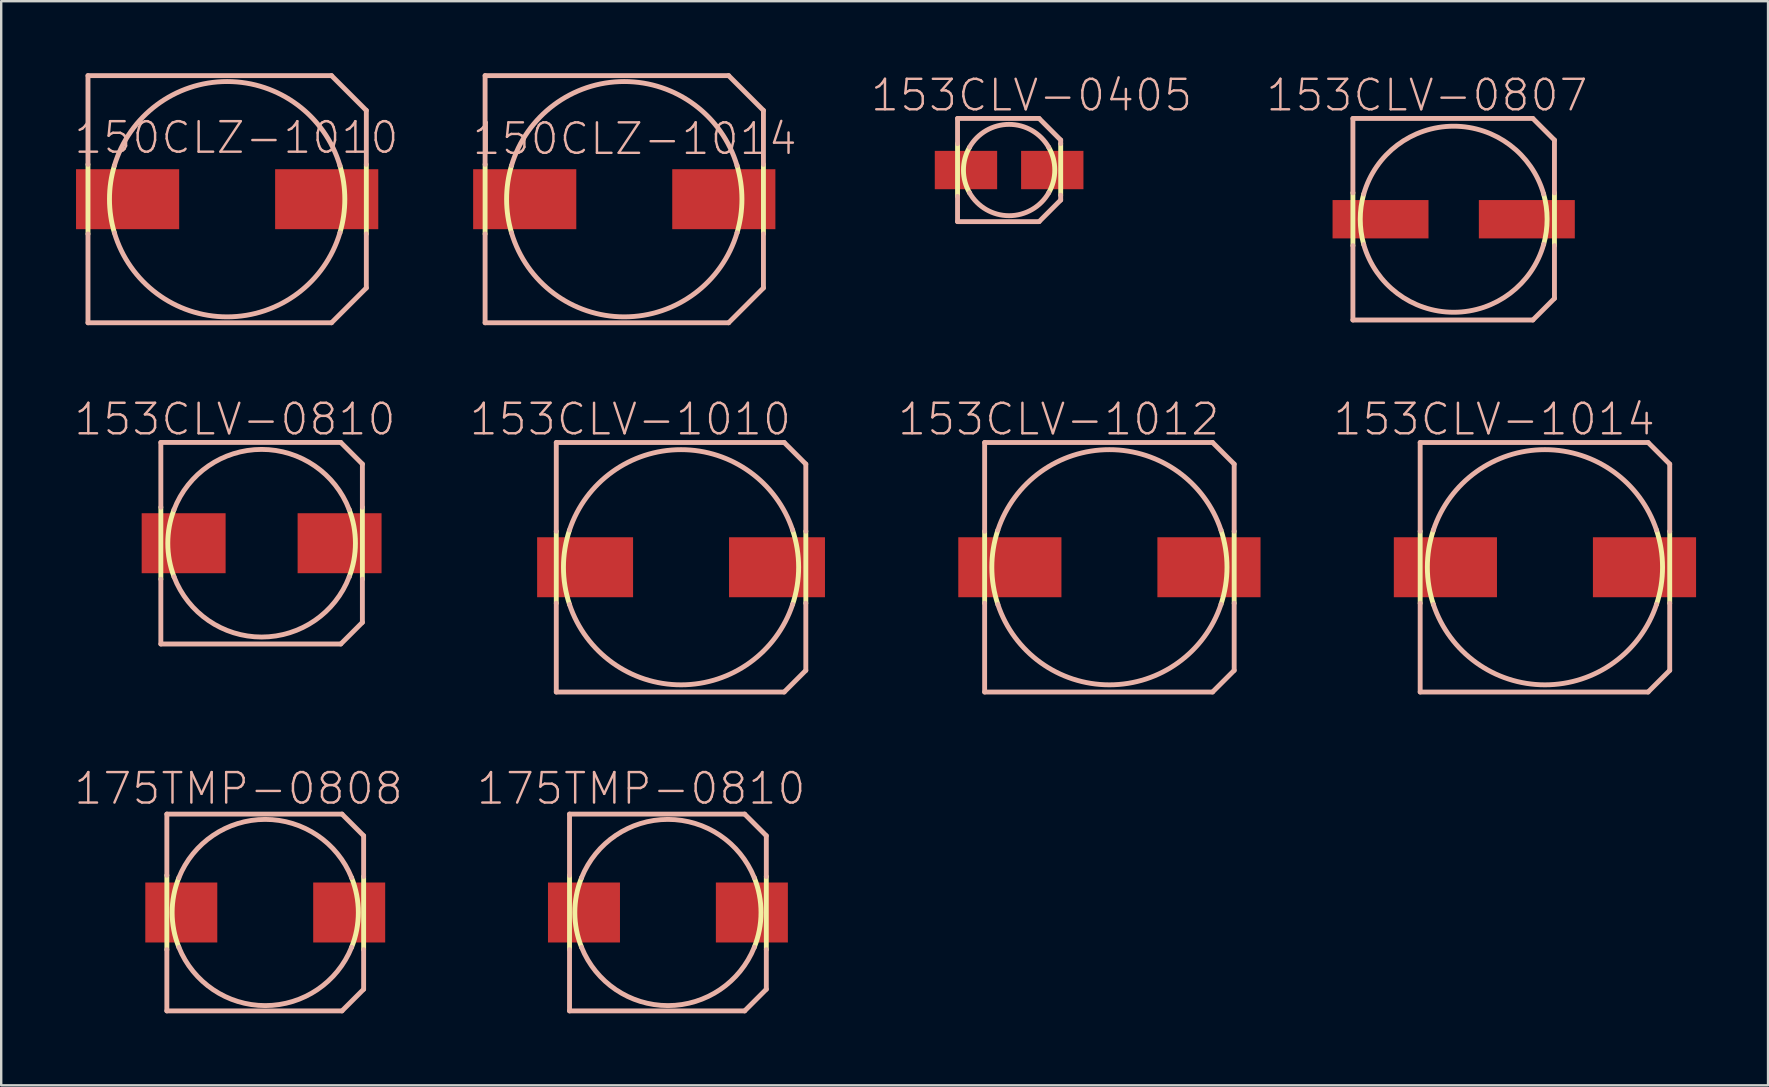
<source format=kicad_pcb>
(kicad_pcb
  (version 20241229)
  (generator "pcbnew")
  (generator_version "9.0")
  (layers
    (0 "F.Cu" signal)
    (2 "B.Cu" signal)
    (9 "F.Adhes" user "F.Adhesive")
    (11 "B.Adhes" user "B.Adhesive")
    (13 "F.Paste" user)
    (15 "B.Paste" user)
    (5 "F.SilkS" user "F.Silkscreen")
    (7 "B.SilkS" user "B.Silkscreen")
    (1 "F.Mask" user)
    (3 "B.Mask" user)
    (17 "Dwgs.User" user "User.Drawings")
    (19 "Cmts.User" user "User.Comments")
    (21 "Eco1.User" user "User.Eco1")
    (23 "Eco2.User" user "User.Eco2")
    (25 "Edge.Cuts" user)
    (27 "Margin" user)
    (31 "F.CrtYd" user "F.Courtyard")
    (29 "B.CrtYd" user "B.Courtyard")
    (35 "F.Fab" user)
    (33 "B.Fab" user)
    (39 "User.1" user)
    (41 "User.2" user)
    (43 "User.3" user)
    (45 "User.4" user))
  (footprint "153CLV-0807"
    (layer "F.Cu")
    (at 57.522 6.085)
    (property "Reference" "153CLV-0807" (at -1.113 -5.164 0) (layer "B.SilkS") (effects (font (size 1.27 1.27) (thickness 0.102))))
    (attr smd)
    (fp_line (start -4.199 1.1) (end -4.199 -1.1) (stroke (width 0.203) (type solid)) (layer "F.SilkS"))
    (fp_line (start 4.199 -1.1) (end 4.199 1.1) (stroke (width 0.203) (type solid)) (layer "F.SilkS"))
    (fp_arc (start -3.74904 1.04902) (mid -3.893037 0.002186) (end -3.750216 -1.04481) (stroke (width 0.2032) (type solid)) (layer "F.SilkS"))
    (fp_arc (start 3.74904 -1.04902) (mid 3.893037 -0.002186) (end 3.750216 1.04481) (stroke (width 0.2032) (type solid)) (layer "F.SilkS"))
    (fp_line (start -4.199 -4.199) (end 3.299 -4.199) (stroke (width 0.203) (type solid)) (layer "B.SilkS"))
    (fp_line (start -4.199 -1.1) (end -4.199 -4.199) (stroke (width 0.203) (type solid)) (layer "B.SilkS"))
    (fp_line (start -4.199 4.199) (end -4.199 1.1) (stroke (width 0.203) (type solid)) (layer "B.SilkS"))
    (fp_line (start 3.299 -4.199) (end 4.199 -3.299) (stroke (width 0.203) (type solid)) (layer "B.SilkS"))
    (fp_line (start 3.299 4.199) (end -4.199 4.199) (stroke (width 0.203) (type solid)) (layer "B.SilkS"))
    (fp_line (start 4.199 -3.299) (end 4.199 -1.1) (stroke (width 0.203) (type solid)) (layer "B.SilkS"))
    (fp_line (start 4.199 1.1) (end 4.199 3.299) (stroke (width 0.203) (type solid)) (layer "B.SilkS"))
    (fp_line (start 4.199 3.299) (end 3.299 4.199) (stroke (width 0.203) (type solid)) (layer "B.SilkS"))
    (fp_arc (start -3.74904 -1.04902) (mid -0.003018 -3.876399) (end 3.747376 -1.054823) (stroke (width 0.2032) (type solid)) (layer "B.SilkS"))
    (fp_arc (start 3.74904 1.04902) (mid 0.003018 3.876399) (end -3.747376 1.054823) (stroke (width 0.2032) (type solid)) (layer "B.SilkS"))
    (pad "+" smd rect (at 3.048 0) (size 3.998 1.598) (layers "F.Cu" "F.Mask" "F.Paste"))
    (pad "-" smd rect (at -3.048 0) (size 3.998 1.598) (layers "F.Cu" "F.Mask" "F.Paste")))
  (footprint "153CLV-1014"
    (layer "F.Cu")
    (at 61.325 20.586)
    (property "Reference" "153CLV-1014" (at -2.113 -6.165 0) (layer "B.SilkS") (effects (font (size 1.27 1.27) (thickness 0.102))))
    (attr smd)
    (fp_line (start -5.199 1.499) (end -5.199 -1.499) (stroke (width 0.203) (type solid)) (layer "F.SilkS"))
    (fp_line (start 5.199 -1.499) (end 5.199 1.499) (stroke (width 0.203) (type solid)) (layer "F.SilkS"))
    (fp_arc (start -4.6482 1.5494) (mid -4.899632 0.002989) (end -4.650087 -1.543728) (stroke (width 0.2032) (type solid)) (layer "F.SilkS"))
    (fp_arc (start 4.6482 -1.5494) (mid 4.899632 -0.002989) (end 4.650087 1.543728) (stroke (width 0.2032) (type solid)) (layer "F.SilkS"))
    (fp_line (start -5.199 -5.199) (end 4.298 -5.199) (stroke (width 0.203) (type solid)) (layer "B.SilkS"))
    (fp_line (start -5.199 -1.499) (end -5.199 -5.199) (stroke (width 0.203) (type solid)) (layer "B.SilkS"))
    (fp_line (start -5.199 5.199) (end -5.199 1.499) (stroke (width 0.203) (type solid)) (layer "B.SilkS"))
    (fp_line (start 4.298 -5.199) (end 5.199 -4.298) (stroke (width 0.203) (type solid)) (layer "B.SilkS"))
    (fp_line (start 4.298 5.199) (end -5.199 5.199) (stroke (width 0.203) (type solid)) (layer "B.SilkS"))
    (fp_line (start 5.199 -4.298) (end 5.199 -1.499) (stroke (width 0.203) (type solid)) (layer "B.SilkS"))
    (fp_line (start 5.199 1.499) (end 5.199 4.298) (stroke (width 0.203) (type solid)) (layer "B.SilkS"))
    (fp_line (start 5.199 4.298) (end 4.298 5.199) (stroke (width 0.203) (type solid)) (layer "B.SilkS"))
    (fp_arc (start -4.6482 -1.5494) (mid -0.001287 -4.899633) (end 4.647385 -1.551842) (stroke (width 0.2032) (type solid)) (layer "B.SilkS"))
    (fp_arc (start 4.6482 1.5494) (mid 0.001287 4.899633) (end -4.647385 1.551842) (stroke (width 0.2032) (type solid)) (layer "B.SilkS"))
    (pad "+" smd rect (at 4.148 0) (size 4.298 2.499) (layers "F.Cu" "F.Mask" "F.Paste"))
    (pad "-" smd rect (at -4.148 0) (size 4.298 2.499) (layers "F.Cu" "F.Mask" "F.Paste")))
  (footprint "175TMP-0810"
    (layer "F.Cu")
    (at 24.781 34.972)
    (property "Reference" "175TMP-0810" (at -1.113 -5.164 0) (layer "B.SilkS") (effects (font (size 1.27 1.27) (thickness 0.102))))
    (attr smd)
    (fp_line (start -4.1 1.549) (end -4.1 -1.549) (stroke (width 0.203) (type solid)) (layer "F.SilkS"))
    (fp_line (start 4.1 -1.499) (end 4.1 1.549) (stroke (width 0.203) (type solid)) (layer "F.SilkS"))
    (fp_arc (start -3.59918 1.4478) (mid -3.879461 0.000871) (end -3.59983 -1.446183) (stroke (width 0.2032) (type solid)) (layer "F.SilkS"))
    (fp_arc (start 3.59918 -1.4478) (mid 3.879461 -0.000871) (end 3.59983 1.446183) (stroke (width 0.2032) (type solid)) (layer "F.SilkS"))
    (fp_line (start -4.1 -4.1) (end 3.198 -4.1) (stroke (width 0.203) (type solid)) (layer "B.SilkS"))
    (fp_line (start -4.1 -1.549) (end -4.1 -4.1) (stroke (width 0.203) (type solid)) (layer "B.SilkS"))
    (fp_line (start -4.1 4.1) (end -4.1 1.549) (stroke (width 0.203) (type solid)) (layer "B.SilkS"))
    (fp_line (start 3.198 -4.1) (end 4.1 -3.198) (stroke (width 0.203) (type solid)) (layer "B.SilkS"))
    (fp_line (start 3.198 4.1) (end -4.1 4.1) (stroke (width 0.203) (type solid)) (layer "B.SilkS"))
    (fp_line (start 4.1 -3.198) (end 4.1 -1.499) (stroke (width 0.203) (type solid)) (layer "B.SilkS"))
    (fp_line (start 4.1 1.549) (end 4.1 3.198) (stroke (width 0.203) (type solid)) (layer "B.SilkS"))
    (fp_line (start 4.1 3.198) (end 3.198 4.1) (stroke (width 0.203) (type solid)) (layer "B.SilkS"))
    (fp_arc (start -3.59918 -1.4478) (mid -0.002514 -3.879461) (end 3.5973 -1.452464) (stroke (width 0.2032) (type solid)) (layer "B.SilkS"))
    (fp_arc (start 3.59918 1.4478) (mid 0.002514 3.879461) (end -3.5973 1.452464) (stroke (width 0.2032) (type solid)) (layer "B.SilkS"))
    (pad "+" smd rect (at 3.498 0) (size 3 2.499) (layers "F.Cu" "F.Mask" "F.Paste"))
    (pad "-" smd rect (at -3.498 0) (size 3 2.499) (layers "F.Cu" "F.Mask" "F.Paste")))
  (footprint "150CLZ-1010"
    (layer "F.Cu")
    (at 6.415 5.25)
    (property "Reference" "150CLZ-1010" (at 0.384 -2.563 0) (layer "B.SilkS") (effects (font (size 1.27 1.27) (thickness 0.102))))
    (attr smd)
    (fp_line (start -5.799 1.448) (end -5.799 -1.448) (stroke (width 0.203) (type solid)) (layer "F.SilkS"))
    (fp_line (start 5.799 -1.448) (end 5.799 1.448) (stroke (width 0.203) (type solid)) (layer "F.SilkS"))
    (fp_arc (start -4.699 1.39954) (mid -4.902989 0.00304) (end -4.700732 -1.393712) (stroke (width 0.2032) (type solid)) (layer "F.SilkS"))
    (fp_arc (start 4.699 -1.39954) (mid 4.902989 -0.00304) (end 4.700732 1.393712) (stroke (width 0.2032) (type solid)) (layer "F.SilkS"))
    (fp_line (start -5.799 -5.149) (end 4.348 -5.149) (stroke (width 0.203) (type solid)) (layer "B.SilkS"))
    (fp_line (start -5.799 -1.448) (end -5.799 -5.149) (stroke (width 0.203) (type solid)) (layer "B.SilkS"))
    (fp_line (start -5.799 5.149) (end -5.799 1.448) (stroke (width 0.203) (type solid)) (layer "B.SilkS"))
    (fp_line (start 4.348 5.149) (end -5.799 5.149) (stroke (width 0.203) (type solid)) (layer "B.SilkS"))
    (fp_line (start 5.799 -3.698) (end 4.348 -5.149) (stroke (width 0.203) (type solid)) (layer "B.SilkS"))
    (fp_line (start 5.799 -3.698) (end 5.799 -1.448) (stroke (width 0.203) (type solid)) (layer "B.SilkS"))
    (fp_line (start 5.799 1.448) (end 5.799 3.698) (stroke (width 0.203) (type solid)) (layer "B.SilkS"))
    (fp_line (start 5.799 3.698) (end 4.348 5.149) (stroke (width 0.203) (type solid)) (layer "B.SilkS"))
    (fp_arc (start -4.699 -1.39954) (mid -0.001239 -4.90299) (end 4.698292 -1.401914) (stroke (width 0.2032) (type solid)) (layer "B.SilkS"))
    (fp_arc (start 4.699 1.39954) (mid 0.001239 4.90299) (end -4.698292 1.401914) (stroke (width 0.2032) (type solid)) (layer "B.SilkS"))
    (pad "+" smd rect (at 4.148 0) (size 4.298 2.499) (layers "F.Cu" "F.Mask" "F.Paste"))
    (pad "-" smd rect (at -4.148 0) (size 4.298 2.499) (layers "F.Cu" "F.Mask" "F.Paste")))
  (footprint "153CLV-0810"
    (layer "F.Cu")
    (at 7.851 19.585)
    (property "Reference" "153CLV-0810" (at -1.113 -5.164 0) (layer "B.SilkS") (effects (font (size 1.27 1.27) (thickness 0.102))))
    (attr smd)
    (fp_line (start -4.199 1.499) (end -4.199 -1.499) (stroke (width 0.203) (type solid)) (layer "F.SilkS"))
    (fp_line (start 4.199 -1.499) (end 4.199 1.499) (stroke (width 0.203) (type solid)) (layer "F.SilkS"))
    (fp_arc (start -3.64998 1.39954) (mid -3.9091 0.001959) (end -3.651381 -1.395882) (stroke (width 0.2032) (type solid)) (layer "F.SilkS"))
    (fp_arc (start 3.64998 -1.39954) (mid 3.9091 -0.001959) (end 3.651381 1.395882) (stroke (width 0.2032) (type solid)) (layer "F.SilkS"))
    (fp_line (start -4.199 -4.199) (end 3.299 -4.199) (stroke (width 0.203) (type solid)) (layer "B.SilkS"))
    (fp_line (start -4.199 -1.499) (end -4.199 -4.199) (stroke (width 0.203) (type solid)) (layer "B.SilkS"))
    (fp_line (start -4.199 4.199) (end -4.199 1.499) (stroke (width 0.203) (type solid)) (layer "B.SilkS"))
    (fp_line (start 3.299 -4.199) (end 4.199 -3.299) (stroke (width 0.203) (type solid)) (layer "B.SilkS"))
    (fp_line (start 3.299 4.199) (end -4.199 4.199) (stroke (width 0.203) (type solid)) (layer "B.SilkS"))
    (fp_line (start 4.199 -3.299) (end 4.199 -1.499) (stroke (width 0.203) (type solid)) (layer "B.SilkS"))
    (fp_line (start 4.199 1.499) (end 4.199 3.299) (stroke (width 0.203) (type solid)) (layer "B.SilkS"))
    (fp_line (start 4.199 3.299) (end 3.299 4.199) (stroke (width 0.203) (type solid)) (layer "B.SilkS"))
    (fp_arc (start -3.64998 -1.39954) (mid -0.001452 -3.9091) (end 3.648939 -1.402252) (stroke (width 0.2032) (type solid)) (layer "B.SilkS"))
    (fp_arc (start 3.64998 1.39954) (mid 0.001452 3.9091) (end -3.648939 1.402252) (stroke (width 0.2032) (type solid)) (layer "B.SilkS"))
    (pad "+" smd rect (at 3.249 0) (size 3.498 2.499) (layers "F.Cu" "F.Mask" "F.Paste"))
    (pad "-" smd rect (at -3.249 0) (size 3.498 2.499) (layers "F.Cu" "F.Mask" "F.Paste")))
  (footprint "153CLV-1012"
    (layer "F.Cu")
    (at 43.177 20.586)
    (property "Reference" "153CLV-1012" (at -2.113 -6.165 0) (layer "B.SilkS") (effects (font (size 1.27 1.27) (thickness 0.102))))
    (attr smd)
    (fp_line (start -5.199 1.499) (end -5.199 -1.499) (stroke (width 0.203) (type solid)) (layer "F.SilkS"))
    (fp_line (start 5.199 -1.499) (end 5.199 1.499) (stroke (width 0.203) (type solid)) (layer "F.SilkS"))
    (fp_arc (start -4.6482 1.5494) (mid -4.899632 0.002989) (end -4.650087 -1.543728) (stroke (width 0.2032) (type solid)) (layer "F.SilkS"))
    (fp_arc (start 4.6482 -1.5494) (mid 4.899632 -0.002989) (end 4.650087 1.543728) (stroke (width 0.2032) (type solid)) (layer "F.SilkS"))
    (fp_line (start -5.199 -5.199) (end 4.298 -5.199) (stroke (width 0.203) (type solid)) (layer "B.SilkS"))
    (fp_line (start -5.199 -1.499) (end -5.199 -5.199) (stroke (width 0.203) (type solid)) (layer "B.SilkS"))
    (fp_line (start -5.199 5.199) (end -5.199 1.499) (stroke (width 0.203) (type solid)) (layer "B.SilkS"))
    (fp_line (start 4.298 -5.199) (end 5.199 -4.298) (stroke (width 0.203) (type solid)) (layer "B.SilkS"))
    (fp_line (start 4.298 5.199) (end -5.199 5.199) (stroke (width 0.203) (type solid)) (layer "B.SilkS"))
    (fp_line (start 5.199 -4.298) (end 5.199 -1.499) (stroke (width 0.203) (type solid)) (layer "B.SilkS"))
    (fp_line (start 5.199 1.499) (end 5.199 4.298) (stroke (width 0.203) (type solid)) (layer "B.SilkS"))
    (fp_line (start 5.199 4.298) (end 4.298 5.199) (stroke (width 0.203) (type solid)) (layer "B.SilkS"))
    (fp_arc (start -4.6482 -1.5494) (mid -0.001287 -4.899633) (end 4.647385 -1.551842) (stroke (width 0.2032) (type solid)) (layer "B.SilkS"))
    (fp_arc (start 4.6482 1.5494) (mid 0.001287 4.899633) (end -4.647385 1.551842) (stroke (width 0.2032) (type solid)) (layer "B.SilkS"))
    (pad "+" smd rect (at 4.148 0) (size 4.298 2.499) (layers "F.Cu" "F.Mask" "F.Paste"))
    (pad "-" smd rect (at -4.148 0) (size 4.298 2.499) (layers "F.Cu" "F.Mask" "F.Paste")))
  (footprint "150CLZ-1014"
    (layer "F.Cu")
    (at 22.962 5.25)
    (property "Reference" "150CLZ-1014" (at 0.434 -2.515 0) (layer "B.SilkS") (effects (font (size 1.27 1.27) (thickness 0.102))))
    (attr smd)
    (fp_line (start -5.799 1.448) (end -5.799 -1.448) (stroke (width 0.203) (type solid)) (layer "F.SilkS"))
    (fp_line (start 5.799 -1.448) (end 5.799 1.448) (stroke (width 0.203) (type solid)) (layer "F.SilkS"))
    (fp_arc (start -4.699 1.39954) (mid -4.902989 0.00304) (end -4.700732 -1.393712) (stroke (width 0.2032) (type solid)) (layer "F.SilkS"))
    (fp_arc (start 4.699 -1.39954) (mid 4.902989 -0.00304) (end 4.700732 1.393712) (stroke (width 0.2032) (type solid)) (layer "F.SilkS"))
    (fp_line (start -5.799 -5.149) (end 4.348 -5.149) (stroke (width 0.203) (type solid)) (layer "B.SilkS"))
    (fp_line (start -5.799 -1.448) (end -5.799 -5.149) (stroke (width 0.203) (type solid)) (layer "B.SilkS"))
    (fp_line (start -5.799 5.149) (end -5.799 1.448) (stroke (width 0.203) (type solid)) (layer "B.SilkS"))
    (fp_line (start 4.348 5.149) (end -5.799 5.149) (stroke (width 0.203) (type solid)) (layer "B.SilkS"))
    (fp_line (start 5.799 -3.698) (end 4.348 -5.149) (stroke (width 0.203) (type solid)) (layer "B.SilkS"))
    (fp_line (start 5.799 -3.698) (end 5.799 -1.448) (stroke (width 0.203) (type solid)) (layer "B.SilkS"))
    (fp_line (start 5.799 1.448) (end 5.799 3.698) (stroke (width 0.203) (type solid)) (layer "B.SilkS"))
    (fp_line (start 5.799 3.698) (end 4.348 5.149) (stroke (width 0.203) (type solid)) (layer "B.SilkS"))
    (fp_arc (start -4.699 -1.39954) (mid -0.001239 -4.90299) (end 4.698292 -1.401914) (stroke (width 0.2032) (type solid)) (layer "B.SilkS"))
    (fp_arc (start 4.699 1.39954) (mid 0.001239 4.90299) (end -4.698292 1.401914) (stroke (width 0.2032) (type solid)) (layer "B.SilkS"))
    (pad "+" smd rect (at 4.148 0) (size 4.298 2.499) (layers "F.Cu" "F.Mask" "F.Paste"))
    (pad "-" smd rect (at -4.148 0) (size 4.298 2.499) (layers "F.Cu" "F.Mask" "F.Paste")))
  (footprint "153CLV-0405"
    (layer "F.Cu")
    (at 38.998 4.035)
    (property "Reference" "153CLV-0405" (at 0.935 -3.114 0) (layer "B.SilkS") (effects (font (size 1.27 1.27) (thickness 0.102))))
    (attr smd)
    (fp_line (start -2.149 1.1) (end -2.149 -1.1) (stroke (width 0.203) (type solid)) (layer "F.SilkS"))
    (fp_line (start 2.149 -1.1) (end 2.149 1.049) (stroke (width 0.203) (type solid)) (layer "F.SilkS"))
    (fp_arc (start -1.64846 0.94996) (mid -1.902588 0.00178) (end -1.650235 -0.946874) (stroke (width 0.2032) (type solid)) (layer "F.SilkS"))
    (fp_arc (start 1.64846 -0.94996) (mid 1.902588 -0.00178) (end 1.650235 0.946874) (stroke (width 0.2032) (type solid)) (layer "F.SilkS"))
    (fp_line (start -2.149 -2.149) (end 1.25 -2.149) (stroke (width 0.203) (type solid)) (layer "B.SilkS"))
    (fp_line (start -2.149 -1.1) (end -2.149 -2.149) (stroke (width 0.203) (type solid)) (layer "B.SilkS"))
    (fp_line (start -2.149 2.149) (end -2.149 1.1) (stroke (width 0.203) (type solid)) (layer "B.SilkS"))
    (fp_line (start 1.25 -2.149) (end 2.149 -1.25) (stroke (width 0.203) (type solid)) (layer "B.SilkS"))
    (fp_line (start 1.25 2.149) (end -2.149 2.149) (stroke (width 0.203) (type solid)) (layer "B.SilkS"))
    (fp_line (start 2.149 -1.25) (end 2.149 -1.1) (stroke (width 0.203) (type solid)) (layer "B.SilkS"))
    (fp_line (start 2.149 1.049) (end 2.149 1.25) (stroke (width 0.203) (type solid)) (layer "B.SilkS"))
    (fp_line (start 2.149 1.25) (end 1.25 2.149) (stroke (width 0.203) (type solid)) (layer "B.SilkS"))
    (fp_arc (start -1.64846 -0.94996) (mid 0.00012 -1.902589) (end 1.64858 -0.949752) (stroke (width 0.2032) (type solid)) (layer "B.SilkS"))
    (fp_arc (start 1.64846 0.94996) (mid -0.00012 1.902589) (end -1.64858 0.949752) (stroke (width 0.2032) (type solid)) (layer "B.SilkS"))
    (pad "+" smd rect (at 1.798 0) (size 2.598 1.598) (layers "F.Cu" "F.Mask" "F.Paste"))
    (pad "-" smd rect (at -1.798 0) (size 2.598 1.598) (layers "F.Cu" "F.Mask" "F.Paste")))
  (footprint "175TMP-0808"
    (layer "F.Cu")
    (at 8.002 34.972)
    (property "Reference" "175TMP-0808" (at -1.113 -5.164 0) (layer "B.SilkS") (effects (font (size 1.27 1.27) (thickness 0.102))))
    (attr smd)
    (fp_line (start -4.1 1.549) (end -4.1 -1.549) (stroke (width 0.203) (type solid)) (layer "F.SilkS"))
    (fp_line (start 4.1 -1.499) (end 4.1 1.549) (stroke (width 0.203) (type solid)) (layer "F.SilkS"))
    (fp_arc (start -3.59918 1.4478) (mid -3.879461 0.000871) (end -3.59983 -1.446183) (stroke (width 0.2032) (type solid)) (layer "F.SilkS"))
    (fp_arc (start 3.59918 -1.4478) (mid 3.879461 -0.000871) (end 3.59983 1.446183) (stroke (width 0.2032) (type solid)) (layer "F.SilkS"))
    (fp_line (start -4.1 -4.1) (end 3.198 -4.1) (stroke (width 0.203) (type solid)) (layer "B.SilkS"))
    (fp_line (start -4.1 -1.549) (end -4.1 -4.1) (stroke (width 0.203) (type solid)) (layer "B.SilkS"))
    (fp_line (start -4.1 4.1) (end -4.1 1.549) (stroke (width 0.203) (type solid)) (layer "B.SilkS"))
    (fp_line (start 3.198 -4.1) (end 4.1 -3.198) (stroke (width 0.203) (type solid)) (layer "B.SilkS"))
    (fp_line (start 3.198 4.1) (end -4.1 4.1) (stroke (width 0.203) (type solid)) (layer "B.SilkS"))
    (fp_line (start 4.1 -3.198) (end 4.1 -1.499) (stroke (width 0.203) (type solid)) (layer "B.SilkS"))
    (fp_line (start 4.1 1.549) (end 4.1 3.198) (stroke (width 0.203) (type solid)) (layer "B.SilkS"))
    (fp_line (start 4.1 3.198) (end 3.198 4.1) (stroke (width 0.203) (type solid)) (layer "B.SilkS"))
    (fp_arc (start -3.59918 -1.4478) (mid -0.002514 -3.879461) (end 3.5973 -1.452464) (stroke (width 0.2032) (type solid)) (layer "B.SilkS"))
    (fp_arc (start 3.59918 1.4478) (mid 0.002514 3.879461) (end -3.5973 1.452464) (stroke (width 0.2032) (type solid)) (layer "B.SilkS"))
    (pad "+" smd rect (at 3.498 0) (size 3 2.499) (layers "F.Cu" "F.Mask" "F.Paste"))
    (pad "-" smd rect (at -3.498 0) (size 3 2.499) (layers "F.Cu" "F.Mask" "F.Paste")))
  (footprint "153CLV-1010"
    (layer "F.Cu")
    (at 25.328 20.586)
    (property "Reference" "153CLV-1010" (at -2.113 -6.165 0) (layer "B.SilkS") (effects (font (size 1.27 1.27) (thickness 0.102))))
    (attr smd)
    (fp_line (start -5.199 1.499) (end -5.199 -1.499) (stroke (width 0.203) (type solid)) (layer "F.SilkS"))
    (fp_line (start 5.199 -1.499) (end 5.199 1.499) (stroke (width 0.203) (type solid)) (layer "F.SilkS"))
    (fp_arc (start -4.6482 1.5494) (mid -4.899632 0.002989) (end -4.650087 -1.543728) (stroke (width 0.2032) (type solid)) (layer "F.SilkS"))
    (fp_arc (start 4.6482 -1.5494) (mid 4.899632 -0.002989) (end 4.650087 1.543728) (stroke (width 0.2032) (type solid)) (layer "F.SilkS"))
    (fp_line (start -5.199 -5.199) (end 4.298 -5.199) (stroke (width 0.203) (type solid)) (layer "B.SilkS"))
    (fp_line (start -5.199 -1.499) (end -5.199 -5.199) (stroke (width 0.203) (type solid)) (layer "B.SilkS"))
    (fp_line (start -5.199 5.199) (end -5.199 1.499) (stroke (width 0.203) (type solid)) (layer "B.SilkS"))
    (fp_line (start 4.298 -5.199) (end 5.199 -4.298) (stroke (width 0.203) (type solid)) (layer "B.SilkS"))
    (fp_line (start 4.298 5.199) (end -5.199 5.199) (stroke (width 0.203) (type solid)) (layer "B.SilkS"))
    (fp_line (start 5.199 -4.298) (end 5.199 -1.499) (stroke (width 0.203) (type solid)) (layer "B.SilkS"))
    (fp_line (start 5.199 1.499) (end 5.199 4.298) (stroke (width 0.203) (type solid)) (layer "B.SilkS"))
    (fp_line (start 5.199 4.298) (end 4.298 5.199) (stroke (width 0.203) (type solid)) (layer "B.SilkS"))
    (fp_arc (start -4.6482 -1.5494) (mid -0.001287 -4.899633) (end 4.647385 -1.551842) (stroke (width 0.2032) (type solid)) (layer "B.SilkS"))
    (fp_arc (start 4.6482 1.5494) (mid 0.001287 4.899633) (end -4.647385 1.551842) (stroke (width 0.2032) (type solid)) (layer "B.SilkS"))
    (pad "+" smd rect (at 3.998 0) (size 3.998 2.499) (layers "F.Cu" "F.Mask" "F.Paste"))
    (pad "-" smd rect (at -3.998 0) (size 3.998 2.499) (layers "F.Cu" "F.Mask" "F.Paste")))
  (gr_rect
    (start -3 -3)
    (end 70.621 42.173)
    (stroke (width 0.1) (type default))
    (fill no)
    (layer "Edge.Cuts")))
</source>
